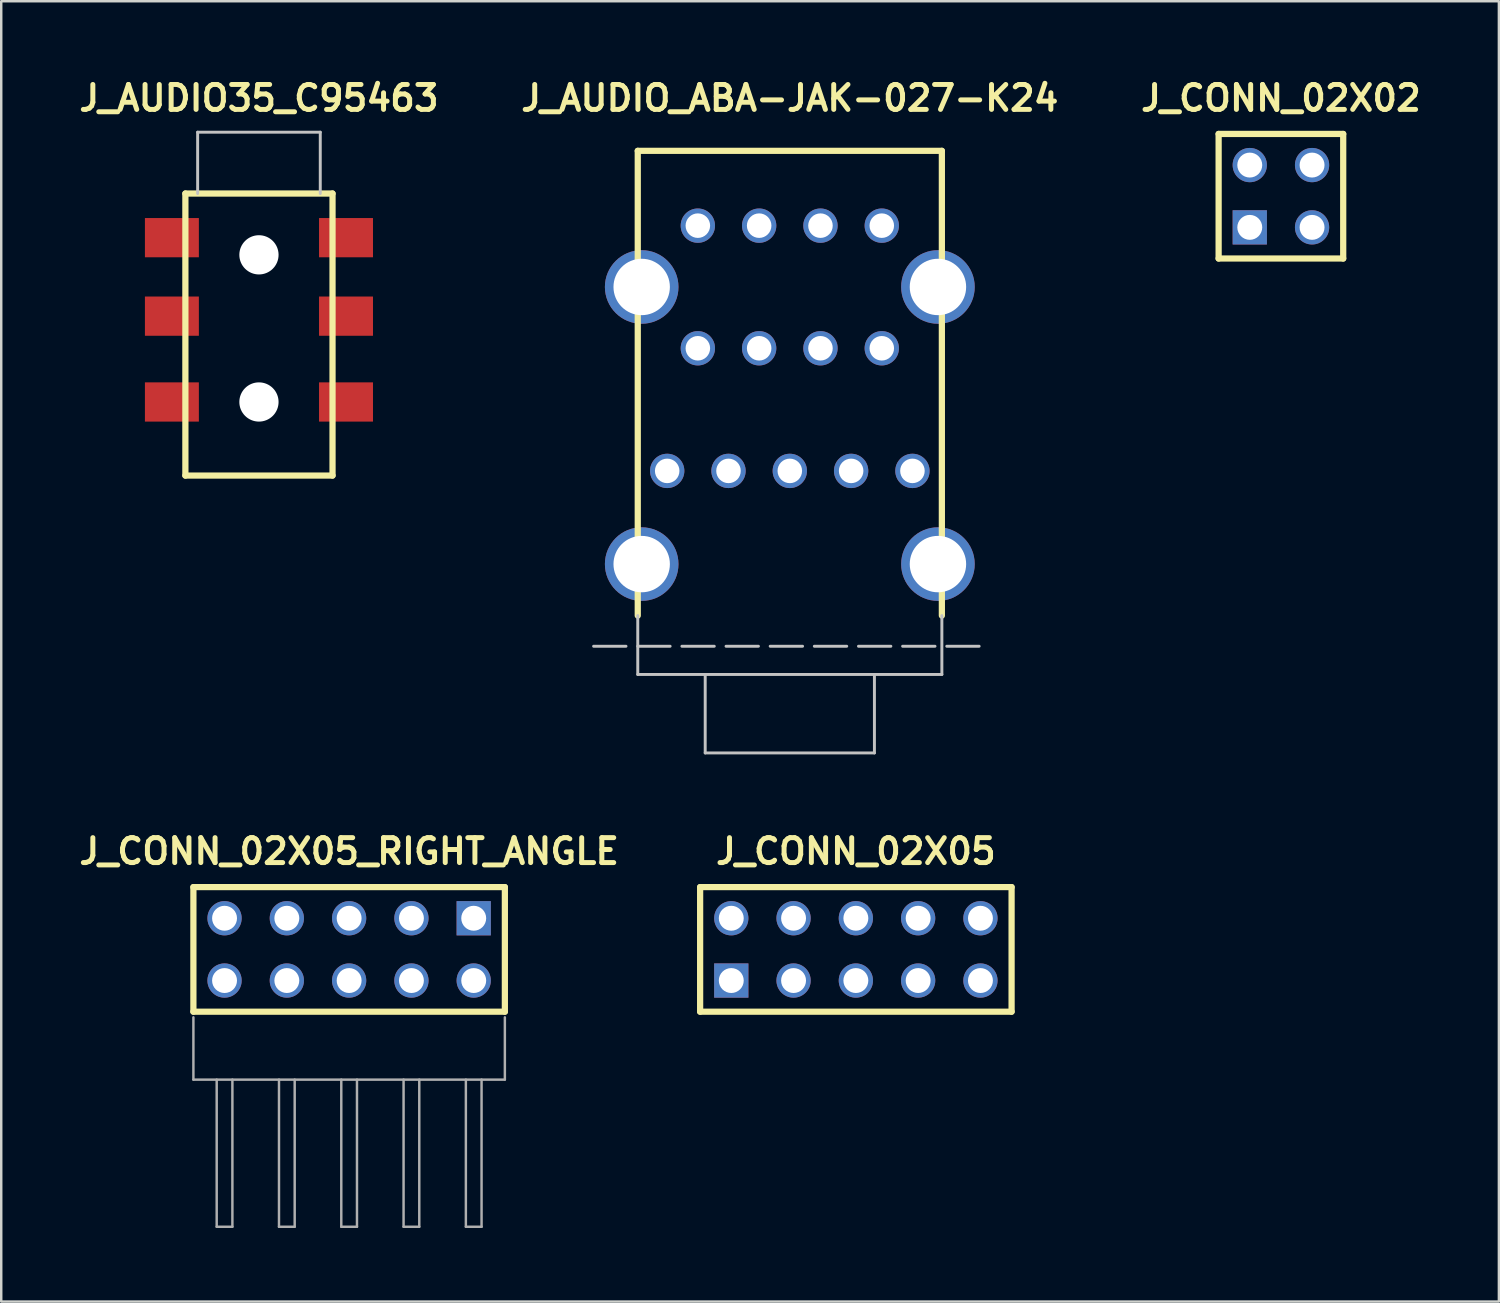
<source format=kicad_pcb>
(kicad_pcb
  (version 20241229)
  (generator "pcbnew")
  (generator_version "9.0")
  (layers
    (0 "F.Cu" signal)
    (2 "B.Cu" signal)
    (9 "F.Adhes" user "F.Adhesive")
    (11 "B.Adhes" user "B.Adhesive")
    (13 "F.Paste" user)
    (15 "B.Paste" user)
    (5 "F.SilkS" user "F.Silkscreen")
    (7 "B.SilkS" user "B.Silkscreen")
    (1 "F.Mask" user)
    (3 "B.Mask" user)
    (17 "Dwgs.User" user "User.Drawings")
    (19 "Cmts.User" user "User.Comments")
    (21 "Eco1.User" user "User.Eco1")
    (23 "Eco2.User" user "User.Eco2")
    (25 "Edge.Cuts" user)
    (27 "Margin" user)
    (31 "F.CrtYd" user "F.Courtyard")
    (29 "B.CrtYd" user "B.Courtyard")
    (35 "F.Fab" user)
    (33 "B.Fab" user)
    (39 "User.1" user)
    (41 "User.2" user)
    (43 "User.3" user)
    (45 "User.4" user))
  (footprint "J_AUDIO35_C95463"
    (layer "F.Cu")
    (at 7.509 9.841)
    (property "Reference" "J_AUDIO35_C95463" (at 0 -8.89 180) (layer "F.SilkS") (effects (font (size 1.016 1.016) (thickness 0.203))))
    (property "Value" "${VALUE}" (at 0 8 0) (layer "F.SilkS") (hide yes) (effects (font (size 1.016 0.914) (thickness 0.203) (italic yes))))
    (attr smd)
    (fp_line (start -3 -5) (end -3 6.5) (stroke (width 0.254) (type solid)) (layer "F.SilkS"))
    (fp_line (start -3 -5) (end 3 -5) (stroke (width 0.254) (type solid)) (layer "F.SilkS"))
    (fp_line (start -3 6.5) (end 3 6.5) (stroke (width 0.254) (type solid)) (layer "F.SilkS"))
    (fp_line (start 3 -5) (end 3 6.5) (stroke (width 0.254) (type solid)) (layer "F.SilkS"))
    (fp_line (start -2.5 -7.5) (end -2.5 -5) (stroke (width 0.12) (type solid)) (layer "Dwgs.User"))
    (fp_line (start -2.5 -7.5) (end 2.5 -7.5) (stroke (width 0.12) (type solid)) (layer "Dwgs.User"))
    (fp_line (start 2.5 -7.5) (end 2.5 -5) (stroke (width 0.12) (type solid)) (layer "Dwgs.User"))
    (pad "" np_thru_hole circle (at 0 -2.5) (size 1.6 1.6) (drill 1.6) (layers "*.Cu" "*.Mask"))
    (pad "" np_thru_hole circle (at 0 3.5) (size 1.6 1.6) (drill 1.6) (layers "*.Cu" "*.Mask"))
    (pad "R" smd rect (at -3.55 0) (size 2.2 1.6) (layers "F.Cu" "F.Mask" "F.Paste"))
    (pad "R" smd rect (at 3.55 0) (size 2.2 1.6) (layers "F.Cu" "F.Mask" "F.Paste"))
    (pad "S" smd rect (at -3.55 -3.2) (size 2.2 1.6) (layers "F.Cu" "F.Mask" "F.Paste"))
    (pad "S" smd rect (at 3.55 -3.2) (size 2.2 1.6) (layers "F.Cu" "F.Mask" "F.Paste"))
    (pad "T" smd rect (at -3.55 3.5) (size 2.2 1.6) (layers "F.Cu" "F.Mask" "F.Paste"))
    (pad "T" smd rect (at 3.55 3.5) (size 2.2 1.6) (layers "F.Cu" "F.Mask" "F.Paste")))
  (footprint "J_CONN_02X02"
    (layer "F.Cu")
    (at 49.18 4.951)
    (property "Reference" "J_CONN_02X02" (at 0 -4 180) (layer "F.SilkS") (effects (font (size 1.016 1.016) (thickness 0.203))))
    (property "Value" "${VALUE}" (at 0 4 0) (layer "F.SilkS") (hide yes) (effects (font (size 1.016 0.914) (thickness 0.203) (italic yes))))
    (attr through_hole)
    (fp_line (start -2.54 -2.54) (end 2.54 -2.54) (stroke (width 0.254) (type solid)) (layer "F.SilkS"))
    (fp_line (start -2.54 2.54) (end -2.54 -2.54) (stroke (width 0.254) (type solid)) (layer "F.SilkS"))
    (fp_line (start 2.54 -2.54) (end 2.54 2.54) (stroke (width 0.254) (type solid)) (layer "F.SilkS"))
    (fp_line (start 2.54 2.54) (end -2.54 2.54) (stroke (width 0.254) (type solid)) (layer "F.SilkS"))
    (pad "1" thru_hole rect (at -1.27 1.27) (size 1.397 1.397) (drill 1.016) (layers "*.Cu" "*.Mask"))
    (pad "2" thru_hole circle (at -1.27 -1.27) (size 1.397 1.397) (drill 1.016) (layers "*.Cu" "*.Mask"))
    (pad "3" thru_hole circle (at 1.27 1.27) (size 1.397 1.397) (drill 1.016) (layers "*.Cu" "*.Mask"))
    (pad "4" thru_hole circle (at 1.27 -1.27) (size 1.397 1.397) (drill 1.016) (layers "*.Cu" "*.Mask")))
  (footprint "J_CONN_02X05_RIGHT_ANGLE"
    (layer "F.Cu")
    (at 11.186 35.662)
    (property "Reference" "J_CONN_02X05_RIGHT_ANGLE" (at 0 -4 180) (layer "F.SilkS") (effects (font (size 1.016 1.016) (thickness 0.203))))
    (property "Value" "${VALUE}" (at 10 0 0) (layer "F.SilkS") (hide yes) (effects (font (size 1.016 0.914) (thickness 0.203) (italic yes))))
    (attr through_hole)
    (fp_line (start -6.35 -2.54) (end 6.35 -2.54) (stroke (width 0.254) (type solid)) (layer "F.SilkS"))
    (fp_line (start -6.35 2.54) (end -6.35 -2.54) (stroke (width 0.254) (type solid)) (layer "F.SilkS"))
    (fp_line (start 6.35 -2.54) (end 6.35 2.54) (stroke (width 0.254) (type solid)) (layer "F.SilkS"))
    (fp_line (start 6.35 2.54) (end -6.35 2.54) (stroke (width 0.254) (type solid)) (layer "F.SilkS"))
    (fp_line (start -6.35 2.77) (end -6.35 5.31) (stroke (width 0.1) (type default)) (layer "F.Fab"))
    (fp_line (start -6.35 5.31) (end 6.35 5.31) (stroke (width 0.1) (type default)) (layer "F.Fab"))
    (fp_line (start -5.4 5.31) (end -5.4 11.31) (stroke (width 0.1) (type default)) (layer "F.Fab"))
    (fp_line (start -5.4 11.31) (end -4.76 11.31) (stroke (width 0.1) (type default)) (layer "F.Fab"))
    (fp_line (start -4.76 11.31) (end -4.76 5.31) (stroke (width 0.1) (type default)) (layer "F.Fab"))
    (fp_line (start -2.86 5.31) (end -2.86 11.31) (stroke (width 0.1) (type default)) (layer "F.Fab"))
    (fp_line (start -2.86 11.31) (end -2.22 11.31) (stroke (width 0.1) (type default)) (layer "F.Fab"))
    (fp_line (start -2.22 5.31) (end -2.22 11.31) (stroke (width 0.1) (type default)) (layer "F.Fab"))
    (fp_line (start -0.32 5.31) (end -0.32 11.31) (stroke (width 0.1) (type default)) (layer "F.Fab"))
    (fp_line (start -0.32 11.31) (end 0.32 11.31) (stroke (width 0.1) (type default)) (layer "F.Fab"))
    (fp_line (start 0.32 5.31) (end 0.32 11.31) (stroke (width 0.1) (type default)) (layer "F.Fab"))
    (fp_line (start 2.22 5.31) (end 2.22 11.31) (stroke (width 0.1) (type default)) (layer "F.Fab"))
    (fp_line (start 2.22 11.31) (end 2.86 11.31) (stroke (width 0.1) (type default)) (layer "F.Fab"))
    (fp_line (start 2.86 5.31) (end 2.86 11.31) (stroke (width 0.1) (type default)) (layer "F.Fab"))
    (fp_line (start 4.76 5.31) (end 4.76 11.31) (stroke (width 0.1) (type default)) (layer "F.Fab"))
    (fp_line (start 4.76 11.31) (end 5.4 11.31) (stroke (width 0.1) (type default)) (layer "F.Fab"))
    (fp_line (start 5.4 5.31) (end 5.4 11.31) (stroke (width 0.1) (type default)) (layer "F.Fab"))
    (fp_line (start 6.35 2.77) (end 6.35 5.31) (stroke (width 0.1) (type default)) (layer "F.Fab"))
    (pad "1" thru_hole rect (at 5.08 -1.27 180) (size 1.397 1.397) (drill 1.016) (layers "*.Cu" "*.Mask"))
    (pad "2" thru_hole circle (at 5.08 1.27 180) (size 1.397 1.397) (drill 1.016) (layers "*.Cu" "*.Mask"))
    (pad "3" thru_hole circle (at 2.54 -1.27 180) (size 1.397 1.397) (drill 1.016) (layers "*.Cu" "*.Mask"))
    (pad "4" thru_hole circle (at 2.54 1.27 180) (size 1.397 1.397) (drill 1.016) (layers "*.Cu" "*.Mask"))
    (pad "5" thru_hole circle (at 0 -1.27 180) (size 1.397 1.397) (drill 1.016) (layers "*.Cu" "*.Mask"))
    (pad "6" thru_hole circle (at 0 1.27 180) (size 1.397 1.397) (drill 1.016) (layers "*.Cu" "*.Mask"))
    (pad "7" thru_hole circle (at -2.54 -1.27 180) (size 1.397 1.397) (drill 1.016) (layers "*.Cu" "*.Mask"))
    (pad "8" thru_hole circle (at -2.54 1.27 180) (size 1.397 1.397) (drill 1.016) (layers "*.Cu" "*.Mask"))
    (pad "9" thru_hole circle (at -5.08 -1.27 180) (size 1.397 1.397) (drill 1.016) (layers "*.Cu" "*.Mask"))
    (pad "10" thru_hole circle (at -5.08 1.27 180) (size 1.397 1.397) (drill 1.016) (layers "*.Cu" "*.Mask")))
  (footprint "J_CONN_02X05"
    (layer "F.Cu")
    (at 31.848 35.662)
    (property "Reference" "J_CONN_02X05" (at 0 -4 180) (layer "F.SilkS") (effects (font (size 1.016 1.016) (thickness 0.203))))
    (property "Value" "${VALUE}" (at 0 4 0) (layer "F.SilkS") (hide yes) (effects (font (size 1.016 0.914) (thickness 0.203) (italic yes))))
    (attr through_hole)
    (fp_line (start -6.35 -2.54) (end 6.35 -2.54) (stroke (width 0.254) (type solid)) (layer "F.SilkS"))
    (fp_line (start -6.35 2.54) (end -6.35 -2.54) (stroke (width 0.254) (type solid)) (layer "F.SilkS"))
    (fp_line (start 6.35 -2.54) (end 6.35 2.54) (stroke (width 0.254) (type solid)) (layer "F.SilkS"))
    (fp_line (start 6.35 2.54) (end -6.35 2.54) (stroke (width 0.254) (type solid)) (layer "F.SilkS"))
    (pad "1" thru_hole rect (at -5.08 1.27) (size 1.397 1.397) (drill 1.016) (layers "*.Cu" "*.Mask"))
    (pad "2" thru_hole circle (at -5.08 -1.27) (size 1.397 1.397) (drill 1.016) (layers "*.Cu" "*.Mask"))
    (pad "3" thru_hole circle (at -2.54 1.27) (size 1.397 1.397) (drill 1.016) (layers "*.Cu" "*.Mask"))
    (pad "4" thru_hole circle (at -2.54 -1.27) (size 1.397 1.397) (drill 1.016) (layers "*.Cu" "*.Mask"))
    (pad "5" thru_hole circle (at 0 1.27) (size 1.397 1.397) (drill 1.016) (layers "*.Cu" "*.Mask"))
    (pad "6" thru_hole circle (at 0 -1.27) (size 1.397 1.397) (drill 1.016) (layers "*.Cu" "*.Mask"))
    (pad "7" thru_hole circle (at 2.54 1.27) (size 1.397 1.397) (drill 1.016) (layers "*.Cu" "*.Mask"))
    (pad "8" thru_hole circle (at 2.54 -1.27) (size 1.397 1.397) (drill 1.016) (layers "*.Cu" "*.Mask"))
    (pad "9" thru_hole circle (at 5.08 1.27) (size 1.397 1.397) (drill 1.016) (layers "*.Cu" "*.Mask"))
    (pad "10" thru_hole circle (at 5.08 -1.27) (size 1.397 1.397) (drill 1.016) (layers "*.Cu" "*.Mask")))
  (footprint "J_AUDIO_ABA-JAK-027-K24"
    (layer "F.Cu")
    (at 29.155 19.951)
    (property "Reference" "J_AUDIO_ABA-JAK-027-K24" (at 0 -19 0) (unlocked yes) (layer "F.SilkS") (effects (font (size 1.016 1.016) (thickness 0.203) (bold yes))))
    (attr through_hole)
    (fp_line (start -6.2 -16.85) (end -6.2 2.1) (stroke (width 0.254) (type default)) (layer "F.SilkS"))
    (fp_line (start -6.2 -16.85) (end 6.2 -16.85) (stroke (width 0.254) (type default)) (layer "F.SilkS"))
    (fp_line (start 6.2 -16.85) (end 6.2 2.1) (stroke (width 0.254) (type default)) (layer "F.SilkS"))
    (fp_line (start -8 3.35) (end 8 3.35) (stroke (width 0.12) (type dash)) (layer "Dwgs.User"))
    (fp_line (start -6.2 2.1) (end -6.2 4.5) (stroke (width 0.12) (type default)) (layer "Dwgs.User"))
    (fp_line (start -6.2 4.5) (end 6.2 4.5) (stroke (width 0.12) (type default)) (layer "Dwgs.User"))
    (fp_line (start -3.45 4.5) (end -3.45 7.7) (stroke (width 0.12) (type default)) (layer "Dwgs.User"))
    (fp_line (start -3.45 7.7) (end 3.45 7.7) (stroke (width 0.12) (type default)) (layer "Dwgs.User"))
    (fp_line (start 3.45 4.5) (end 3.45 7.7) (stroke (width 0.12) (type default)) (layer "Dwgs.User"))
    (fp_line (start 6.2 2.1) (end 6.2 4.5) (stroke (width 0.12) (type default)) (layer "Dwgs.User"))
    (pad "1" thru_hole circle (at -6.04 -11.3) (size 3 3) (drill 2.3) (layers "*.Cu" "*.Mask"))
    (pad "1" thru_hole circle (at -6.04 0) (size 3 3) (drill 2.3) (layers "*.Cu" "*.Mask"))
    (pad "1" thru_hole circle (at 0 -3.8) (size 1.4 1.4) (drill 1) (layers "*.Cu" "*.Mask"))
    (pad "1" thru_hole circle (at 6.04 -11.3) (size 3 3) (drill 2.3) (layers "*.Cu" "*.Mask"))
    (pad "1" thru_hole circle (at 6.04 0) (size 3 3) (drill 2.3) (layers "*.Cu" "*.Mask"))
    (pad "2" thru_hole circle (at 5 -3.8) (size 1.4 1.4) (drill 1) (layers "*.Cu" "*.Mask"))
    (pad "3" thru_hole circle (at 2.5 -3.8) (size 1.4 1.4) (drill 1) (layers "*.Cu" "*.Mask"))
    (pad "4" thru_hole circle (at -2.5 -3.8) (size 1.4 1.4) (drill 1) (layers "*.Cu" "*.Mask"))
    (pad "5" thru_hole circle (at -5 -3.8) (size 1.4 1.4) (drill 1) (layers "*.Cu" "*.Mask"))
    (pad "6" thru_hole circle (at 3.75 -8.8) (size 1.4 1.4) (drill 1) (layers "*.Cu" "*.Mask"))
    (pad "7" thru_hole circle (at 1.25 -8.8) (size 1.4 1.4) (drill 1) (layers "*.Cu" "*.Mask"))
    (pad "8" thru_hole circle (at -1.25 -8.8) (size 1.4 1.4) (drill 1) (layers "*.Cu" "*.Mask"))
    (pad "9" thru_hole circle (at -3.75 -8.8) (size 1.4 1.4) (drill 1) (layers "*.Cu" "*.Mask"))
    (pad "10" thru_hole circle (at 3.75 -13.8) (size 1.4 1.4) (drill 1) (layers "*.Cu" "*.Mask"))
    (pad "11" thru_hole circle (at 1.25 -13.8) (size 1.4 1.4) (drill 1) (layers "*.Cu" "*.Mask"))
    (pad "12" thru_hole circle (at -1.25 -13.8) (size 1.4 1.4) (drill 1) (layers "*.Cu" "*.Mask"))
    (pad "13" thru_hole circle (at -3.75 -13.8) (size 1.4 1.4) (drill 1) (layers "*.Cu" "*.Mask")))
  (gr_rect
    (start -3 -3)
    (end 58.068 50.022)
    (stroke (width 0.1) (type default))
    (fill no)
    (layer "Edge.Cuts")))
</source>
